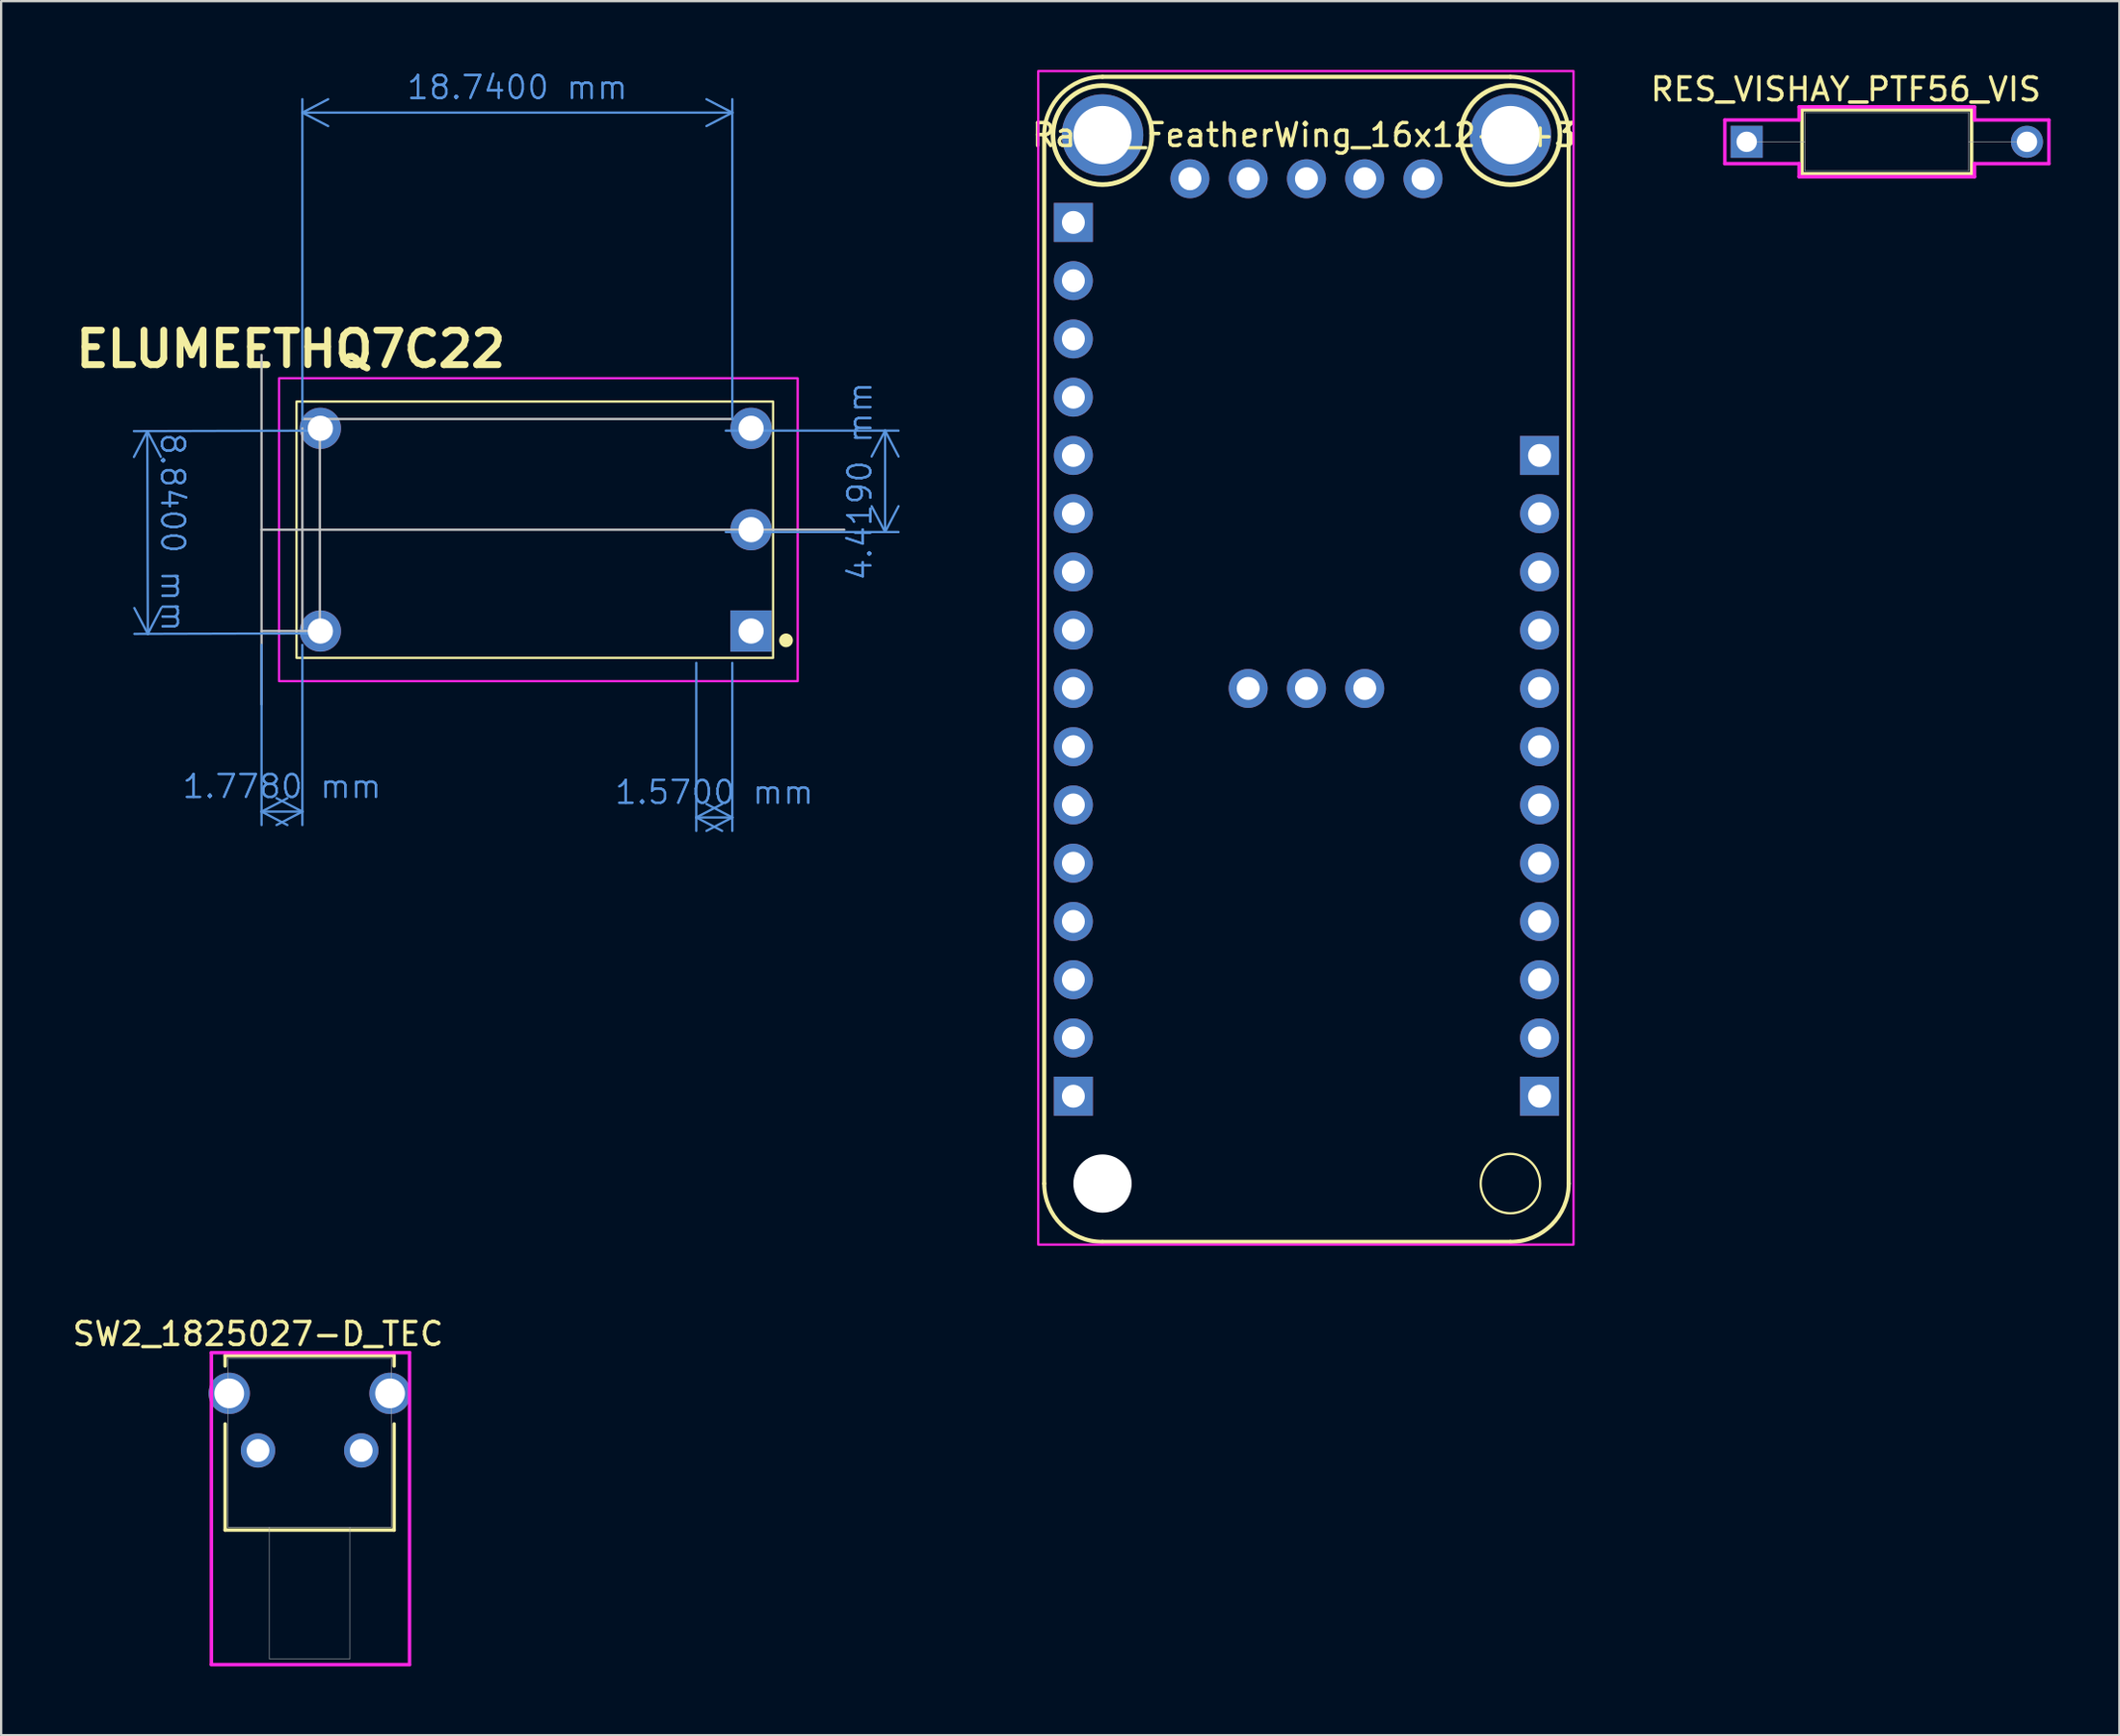
<source format=kicad_pcb>
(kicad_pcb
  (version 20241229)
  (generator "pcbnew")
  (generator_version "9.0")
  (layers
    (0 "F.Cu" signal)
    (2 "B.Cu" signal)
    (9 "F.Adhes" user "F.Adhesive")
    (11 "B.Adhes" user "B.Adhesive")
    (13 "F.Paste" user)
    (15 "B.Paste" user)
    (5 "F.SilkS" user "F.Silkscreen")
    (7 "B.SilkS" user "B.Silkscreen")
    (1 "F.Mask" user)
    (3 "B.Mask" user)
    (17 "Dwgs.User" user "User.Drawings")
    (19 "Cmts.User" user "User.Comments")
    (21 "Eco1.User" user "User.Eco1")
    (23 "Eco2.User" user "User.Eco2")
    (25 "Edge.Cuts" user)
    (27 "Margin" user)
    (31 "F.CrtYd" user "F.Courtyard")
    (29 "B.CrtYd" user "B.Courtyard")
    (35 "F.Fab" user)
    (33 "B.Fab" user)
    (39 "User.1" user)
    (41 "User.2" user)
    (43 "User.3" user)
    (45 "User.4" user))
  (footprint "SW2_1825027-D_TEC"
    (layer "F.Cu")
    (at 8.196 60.198)
    (property "Reference" "SW2_1825027-D_TEC" (at 0 -5.08 0) (unlocked yes) (layer "F.SilkS") (effects (font (size 1 1) (thickness 0.15))))
    (attr through_hole)
    (fp_line (start -1.433 -4.137) (end -1.433 -3.683) (stroke (width 0.152) (type solid)) (layer "F.SilkS"))
    (fp_line (start -1.433 -1.156) (end -1.433 3.47) (stroke (width 0.152) (type solid)) (layer "F.SilkS"))
    (fp_line (start -1.433 3.47) (end 5.933 3.47) (stroke (width 0.152) (type solid)) (layer "F.SilkS"))
    (fp_line (start 5.933 -4.137) (end -1.433 -4.137) (stroke (width 0.152) (type solid)) (layer "F.SilkS"))
    (fp_line (start 5.933 -3.683) (end 5.933 -4.137) (stroke (width 0.152) (type solid)) (layer "F.SilkS"))
    (fp_line (start 5.933 3.47) (end 5.933 -1.156) (stroke (width 0.152) (type solid)) (layer "F.SilkS"))
    (fp_line (start -2.032 -4.264) (end -2.032 9.338) (stroke (width 0.152) (type solid)) (layer "F.CrtYd"))
    (fp_line (start -2.032 9.338) (end 6.604 9.338) (stroke (width 0.152) (type solid)) (layer "F.CrtYd"))
    (fp_line (start 6.604 -4.264) (end -2.032 -4.264) (stroke (width 0.152) (type solid)) (layer "F.CrtYd"))
    (fp_line (start 6.604 9.338) (end 6.604 -4.264) (stroke (width 0.152) (type solid)) (layer "F.CrtYd"))
    (fp_line (start -1.306 -4.01) (end -1.306 3.343) (stroke (width 0.025) (type solid)) (layer "F.Fab"))
    (fp_line (start -1.306 3.343) (end 5.806 3.343) (stroke (width 0.025) (type solid)) (layer "F.Fab"))
    (fp_line (start 0.497 3.343) (end 0.497 9.084) (stroke (width 0.025) (type solid)) (layer "F.Fab"))
    (fp_line (start 0.497 9.084) (end 4.003 9.084) (stroke (width 0.025) (type solid)) (layer "F.Fab"))
    (fp_line (start 4.003 3.343) (end 4.003 9.084) (stroke (width 0.025) (type solid)) (layer "F.Fab"))
    (fp_line (start 5.806 -4.01) (end -1.306 -4.01) (stroke (width 0.025) (type solid)) (layer "F.Fab"))
    (fp_line (start 5.806 3.343) (end 5.806 -4.01) (stroke (width 0.025) (type solid)) (layer "F.Fab"))
    (pad "1" thru_hole circle (at 0 0) (size 1.499 1.499) (drill 0.991) (layers "*.Cu" "*.Mask"))
    (pad "2" thru_hole circle (at 4.5 0) (size 1.499 1.499) (drill 0.991) (layers "*.Cu" "*.Mask"))
    (pad "3" thru_hole circle (at -1.255 -2.49) (size 1.803 1.803) (drill 1.295) (layers "*.Cu" "*.Mask"))
    (pad "4" thru_hole circle (at 5.755 -2.49) (size 1.803 1.803) (drill 1.295) (layers "*.Cu" "*.Mask")))
  (footprint "RES_VISHAY_PTF56_VIS"
    (layer "F.Cu")
    (at 73.084 3.134)
    (property "Reference" "RES_VISHAY_PTF56_VIS" (at 4.318 -2.286 0) (unlocked yes) (layer "F.SilkS") (effects (font (size 1 1) (thickness 0.15))))
    (attr through_hole)
    (fp_line (start 2.413 -1.397) (end 2.413 1.397) (stroke (width 0.152) (type solid)) (layer "F.SilkS"))
    (fp_line (start 2.413 1.397) (end 9.804 1.397) (stroke (width 0.152) (type solid)) (layer "F.SilkS"))
    (fp_line (start 9.804 -1.397) (end 2.413 -1.397) (stroke (width 0.152) (type solid)) (layer "F.SilkS"))
    (fp_line (start 9.804 1.397) (end 9.804 -1.397) (stroke (width 0.152) (type solid)) (layer "F.SilkS"))
    (fp_line (start -0.953 -0.953) (end 2.286 -0.953) (stroke (width 0.152) (type solid)) (layer "F.CrtYd"))
    (fp_line (start -0.953 0.953) (end -0.953 -0.953) (stroke (width 0.152) (type solid)) (layer "F.CrtYd"))
    (fp_line (start 2.286 -1.524) (end 9.931 -1.524) (stroke (width 0.152) (type solid)) (layer "F.CrtYd"))
    (fp_line (start 2.286 -0.953) (end 2.286 -1.524) (stroke (width 0.152) (type solid)) (layer "F.CrtYd"))
    (fp_line (start 2.286 0.953) (end -0.953 0.953) (stroke (width 0.152) (type solid)) (layer "F.CrtYd"))
    (fp_line (start 2.286 1.524) (end 2.286 0.953) (stroke (width 0.152) (type solid)) (layer "F.CrtYd"))
    (fp_line (start 9.931 -1.524) (end 9.931 -0.953) (stroke (width 0.152) (type solid)) (layer "F.CrtYd"))
    (fp_line (start 9.931 -0.953) (end 13.17 -0.953) (stroke (width 0.152) (type solid)) (layer "F.CrtYd"))
    (fp_line (start 9.931 0.953) (end 9.931 1.524) (stroke (width 0.152) (type solid)) (layer "F.CrtYd"))
    (fp_line (start 9.931 1.524) (end 2.286 1.524) (stroke (width 0.152) (type solid)) (layer "F.CrtYd"))
    (fp_line (start 13.17 -0.953) (end 13.17 0.953) (stroke (width 0.152) (type solid)) (layer "F.CrtYd"))
    (fp_line (start 13.17 0.953) (end 9.931 0.953) (stroke (width 0.152) (type solid)) (layer "F.CrtYd"))
    (fp_line (start 0 0) (end 2.54 0) (stroke (width 0.025) (type solid)) (layer "F.Fab"))
    (fp_line (start 2.54 -1.27) (end 2.54 1.27) (stroke (width 0.025) (type solid)) (layer "F.Fab"))
    (fp_line (start 2.54 1.27) (end 9.677 1.27) (stroke (width 0.025) (type solid)) (layer "F.Fab"))
    (fp_line (start 9.677 -1.27) (end 2.54 -1.27) (stroke (width 0.025) (type solid)) (layer "F.Fab"))
    (fp_line (start 9.677 1.27) (end 9.677 -1.27) (stroke (width 0.025) (type solid)) (layer "F.Fab"))
    (fp_line (start 12.217 0) (end 9.677 0) (stroke (width 0.025) (type solid)) (layer "F.Fab"))
    (pad "1" thru_hole rect (at 0 0) (size 1.397 1.397) (drill 0.889) (layers "*.Cu" "*.Mask"))
    (pad "2" thru_hole circle (at 12.217 0) (size 1.397 1.397) (drill 0.889) (layers "*.Cu" "*.Mask")))
  (footprint "ELUMEETHQ7C22"
    (layer "F.Cu")
    (at 1.747 40.367)
    (property "Reference" "ELUMEETHQ7C22" (at 7.874 -28.194 0) (layer "F.SilkS") (effects (font (size 1.5 1.5) (thickness 0.3))))
    (attr through_hole)
    (fp_rect (start 8.128 -25.908) (end 28.9 -14.732) (stroke (width 0.1) (type default)) (fill no) (layer "F.SilkS"))
    (fp_circle (center 29.464 -15.494) (end 29.664 -15.494) (stroke (width 0.2) (type solid)) (fill yes) (layer "F.SilkS"))
    (fp_line (start 6.602 -27.94) (end 6.604 -12.7) (stroke (width 0.1) (type default)) (layer "Dwgs.User"))
    (fp_line (start 6.604 -20.32) (end 32.004 -20.32) (stroke (width 0.1) (type default)) (layer "Dwgs.User"))
    (fp_line (start 8.382 -25.146) (end 27.122 -25.146) (stroke (width 0.1) (type default)) (layer "Dwgs.User"))
    (fp_line (start 8.382 -24.74) (end 8.382 -16.002) (stroke (width 0.1) (type default)) (layer "Dwgs.User"))
    (fp_line (start 9.144 -20.32) (end 9.144 -24.74) (stroke (width 0.1) (type default)) (layer "Dwgs.User"))
    (fp_line (start 9.144 -20.32) (end 9.144 -15.9) (stroke (width 0.1) (type default)) (layer "Dwgs.User"))
    (fp_line (start 9.144 -15.9) (end 6.604 -15.9) (stroke (width 0.1) (type default)) (layer "Dwgs.User"))
    (fp_rect (start 7.366 -26.924) (end 29.972 -13.716) (stroke (width 0.1) (type default)) (fill no) (layer "F.CrtYd"))
    (dimension (type aligned) (layer "Cmts.User") (pts (xy 8.351 24.569) (xy 10.129 24.569)) (height 7.772) (format (prefix "") (suffix "") (units 3) (units_format 1) (precision 4)) (style (thickness 0.1) (arrow_length 1.27) (text_position_mode 0) (arrow_direction outward) (extension_height 0.586) (extension_offset 0.5) (keep_text_aligned yes)) (gr_text "1.7780 mm" (at 9.24 31.241 0) (layer "Cmts.User") (effects (font (size 1 1) (thickness 0.1)))))
    (dimension (type aligned) (layer "Cmts.User") (pts (xy 10.129 15.729) (xy 28.869 15.729)) (height -13.868) (format (prefix "") (suffix "") (units 3) (units_format 1) (precision 4)) (style (thickness 0.1) (arrow_length 1.27) (text_position_mode 0) (arrow_direction outward) (extension_height 0.586) (extension_offset 0.5) (keep_text_aligned yes)) (gr_text "18.7400 mm" (at 19.499 0.76 0) (layer "Cmts.User") (effects (font (size 1 1) (thickness 0.1)))))
    (dimension (type aligned) (layer "Cmts.User") (pts (xy 27.299 25.354) (xy 28.869 25.354)) (height 7.241) (format (prefix "") (suffix "") (units 3) (units_format 1) (precision 4)) (style (thickness 0.1) (arrow_length 1.27) (text_position_mode 0) (arrow_direction outward) (extension_height 0.586) (extension_offset 0.5) (keep_text_aligned yes)) (gr_text "1.5700 mm" (at 28.084 31.494 0) (layer "Cmts.User") (effects (font (size 1 1) (thickness 0.1)))))
    (dimension (type aligned) (layer "Cmts.User") (pts (xy 10.891 15.729) (xy 10.914 24.569)) (height 7.52) (format (prefix "") (suffix "") (units 3) (units_format 1) (precision 4)) (style (thickness 0.1) (arrow_length 1.27) (text_position_mode 0) (arrow_direction outward) (extension_height 0.586) (extension_offset 0.5) (keep_text_aligned yes)) (gr_text "8.8400 mm" (at 4.483 20.165 270.149) (layer "Cmts.User") (effects (font (size 1 1) (thickness 0.1)))))
    (dimension (type aligned) (layer "Cmts.User") (pts (xy 28.084 15.729) (xy 28.084 20.148)) (height -7.445) (format (prefix "") (suffix "") (units 3) (units_format 1) (precision 4)) (style (thickness 0.1) (arrow_length 1.27) (text_position_mode 0) (arrow_direction outward) (extension_height 0.586) (extension_offset 0.5) (keep_text_aligned yes)) (gr_text "4.4200 mm" (at 34.429 17.939 90) (layer "Cmts.User") (effects (font (size 1 1) (thickness 0.1)))))
    (pad "1" thru_hole rect (at 27.94 -15.9) (size 1.8 1.8) (drill 1.1) (layers "*.Cu" "*.Mask"))
    (pad "2" thru_hole circle (at 27.94 -20.32) (size 1.8 1.8) (drill 1.1) (layers "*.Cu" "*.Mask"))
    (pad "3" thru_hole circle (at 27.94 -24.74) (size 1.8 1.8) (drill 1.1) (layers "*.Cu" "*.Mask"))
    (pad "4" thru_hole circle (at 9.167 -24.74) (size 1.8 1.8) (drill 1.1) (layers "*.Cu" "*.Mask"))
    (pad "5" thru_hole circle (at 9.167 -15.9) (size 1.8 1.8) (drill 1.1) (layers "*.Cu" "*.Mask")))
  (footprint "Radio_FeatherWing_16x12+5+3"
    (layer "F.Cu")
    (at 53.895 25.7)
    (property "Reference" "Radio_FeatherWing_16x12+5+3" (at -0.1 -22.86 0) (unlocked yes) (layer "F.SilkS") (effects (font (size 1 1) (thickness 0.15))))
    (attr through_hole)
    (fp_line (start -11.43 -22.86) (end -11.43 22.86) (stroke (width 0.178) (type solid)) (layer "F.SilkS"))
    (fp_line (start -8.89 -25.4) (end 8.89 -25.4) (stroke (width 0.178) (type solid)) (layer "F.SilkS"))
    (fp_line (start 8.89 25.4) (end -8.89 25.4) (stroke (width 0.178) (type solid)) (layer "F.SilkS"))
    (fp_line (start 11.43 -22.86) (end 11.43 22.86) (stroke (width 0.178) (type solid)) (layer "F.SilkS"))
    (fp_arc (start -11.43 -22.86) (mid -10.686051 -24.656051) (end -8.89 -25.4) (stroke (width 0.1778) (type solid)) (layer "F.SilkS"))
    (fp_arc (start -8.89 25.4) (mid -10.686051 24.656051) (end -11.43 22.86) (stroke (width 0.1778) (type solid)) (layer "F.SilkS"))
    (fp_arc (start 8.89 -25.4) (mid 10.686051 -24.656051) (end 11.43 -22.86) (stroke (width 0.1778) (type solid)) (layer "F.SilkS"))
    (fp_arc (start 11.43 22.86) (mid 10.686051 24.656051) (end 8.89 25.4) (stroke (width 0.1778) (type solid)) (layer "F.SilkS"))
    (fp_circle (center -8.89 -22.86) (end -6.731 -22.86) (stroke (width 0.203) (type solid)) (fill no) (layer "F.SilkS"))
    (fp_circle (center 8.89 -22.86) (end 11.049 -22.86) (stroke (width 0.203) (type solid)) (fill no) (layer "F.SilkS"))
    (fp_circle (center 8.89 22.86) (end 9.144 24.13) (stroke (width 0.1) (type default)) (fill no) (layer "F.SilkS"))
    (fp_rect (start -11.69 -25.65) (end 11.64 25.52) (stroke (width 0.1) (type solid)) (fill no) (layer "F.CrtYd"))
    (pad "" thru_hole circle (at -8.89 -22.86) (size 3.556 3.556) (drill 2.54) (layers "*.Cu" "*.Mask"))
    (pad "" np_thru_hole circle (at -8.89 22.86) (size 2.54 2.54) (drill 2.54) (layers "*.Cu" "*.Mask"))
    (pad "" thru_hole circle (at 8.89 -22.86) (size 3.556 3.556) (drill 2.54) (layers "*.Cu" "*.Mask"))
    (pad "1" thru_hole rect (at -10.16 -19.05) (size 1.7 1.7) (drill 1) (layers "*.Cu" "*.Mask"))
    (pad "2" thru_hole oval (at -10.16 -16.51) (size 1.7 1.7) (drill 1) (layers "*.Cu" "*.Mask"))
    (pad "3" thru_hole oval (at -10.16 -13.97) (size 1.7 1.7) (drill 1) (layers "*.Cu" "*.Mask"))
    (pad "4" thru_hole oval (at -10.16 -11.43) (size 1.7 1.7) (drill 1) (layers "*.Cu" "*.Mask"))
    (pad "5" thru_hole oval (at -10.16 -8.89) (size 1.7 1.7) (drill 1) (layers "*.Cu" "*.Mask"))
    (pad "6" thru_hole oval (at -10.16 -6.35) (size 1.7 1.7) (drill 1) (layers "*.Cu" "*.Mask"))
    (pad "7" thru_hole oval (at -10.16 -3.81) (size 1.7 1.7) (drill 1) (layers "*.Cu" "*.Mask"))
    (pad "8" thru_hole oval (at -10.16 -1.27) (size 1.7 1.7) (drill 1) (layers "*.Cu" "*.Mask"))
    (pad "9" thru_hole oval (at -10.16 1.27) (size 1.7 1.7) (drill 1) (layers "*.Cu" "*.Mask"))
    (pad "10" thru_hole oval (at -10.16 3.81) (size 1.7 1.7) (drill 1) (layers "*.Cu" "*.Mask"))
    (pad "11" thru_hole oval (at -10.16 6.35) (size 1.7 1.7) (drill 1) (layers "*.Cu" "*.Mask"))
    (pad "12" thru_hole oval (at -10.16 8.89) (size 1.7 1.7) (drill 1) (layers "*.Cu" "*.Mask"))
    (pad "13" thru_hole oval (at -10.16 11.43) (size 1.7 1.7) (drill 1) (layers "*.Cu" "*.Mask"))
    (pad "14" thru_hole oval (at -10.16 13.97) (size 1.7 1.7) (drill 1) (layers "*.Cu" "*.Mask"))
    (pad "15" thru_hole oval (at -10.16 16.51) (size 1.7 1.7) (drill 1) (layers "*.Cu" "*.Mask"))
    (pad "16" thru_hole rect (at -10.16 19.05) (size 1.7 1.7) (drill 1) (layers "*.Cu" "*.Mask"))
    (pad "17" thru_hole rect (at 10.16 19.05) (size 1.7 1.7) (drill 1) (layers "*.Cu" "*.Mask"))
    (pad "18" thru_hole oval (at 10.16 16.51) (size 1.7 1.7) (drill 1) (layers "*.Cu" "*.Mask"))
    (pad "19" thru_hole oval (at 10.16 13.97) (size 1.7 1.7) (drill 1) (layers "*.Cu" "*.Mask"))
    (pad "20" thru_hole oval (at 10.16 11.43) (size 1.7 1.7) (drill 1) (layers "*.Cu" "*.Mask"))
    (pad "21" thru_hole oval (at 10.16 8.89) (size 1.7 1.7) (drill 1) (layers "*.Cu" "*.Mask"))
    (pad "22" thru_hole oval (at 10.16 6.35) (size 1.7 1.7) (drill 1) (layers "*.Cu" "*.Mask"))
    (pad "23" thru_hole oval (at 10.16 3.81) (size 1.7 1.7) (drill 1) (layers "*.Cu" "*.Mask"))
    (pad "24" thru_hole oval (at 10.16 1.27) (size 1.7 1.7) (drill 1) (layers "*.Cu" "*.Mask"))
    (pad "25" thru_hole oval (at 10.16 -1.27) (size 1.7 1.7) (drill 1) (layers "*.Cu" "*.Mask"))
    (pad "26" thru_hole oval (at 10.16 -3.81) (size 1.7 1.7) (drill 1) (layers "*.Cu" "*.Mask"))
    (pad "27" thru_hole oval (at 10.16 -6.35) (size 1.7 1.7) (drill 1) (layers "*.Cu" "*.Mask"))
    (pad "28" thru_hole rect (at 10.16 -8.89) (size 1.7 1.7) (drill 1) (layers "*.Cu" "*.Mask"))
    (pad "29" thru_hole oval (at 5.08 -20.955 270) (size 1.7 1.7) (drill 1) (layers "*.Cu" "*.Mask"))
    (pad "30" thru_hole oval (at 2.54 -20.955 270) (size 1.7 1.7) (drill 1) (layers "*.Cu" "*.Mask"))
    (pad "31" thru_hole oval (at 0 -20.955 270) (size 1.7 1.7) (drill 1) (layers "*.Cu" "*.Mask"))
    (pad "32" thru_hole oval (at -2.54 -20.955 270) (size 1.7 1.7) (drill 1) (layers "*.Cu" "*.Mask"))
    (pad "33" thru_hole oval (at -5.08 -20.955 270) (size 1.7 1.7) (drill 1) (layers "*.Cu" "*.Mask"))
    (pad "34" thru_hole circle (at 2.54 1.27) (size 1.7 1.7) (drill 1) (layers "*.Cu" "*.Mask"))
    (pad "35" thru_hole circle (at 0 1.27) (size 1.7 1.7) (drill 1) (layers "*.Cu" "*.Mask"))
    (pad "36" thru_hole circle (at -2.54 1.27) (size 1.7 1.7) (drill 1) (layers "*.Cu" "*.Mask")))
  (gr_rect
    (start -3 -3)
    (end 89.33 72.612)
    (stroke (width 0.1) (type default))
    (fill no)
    (layer "Edge.Cuts")))
</source>
